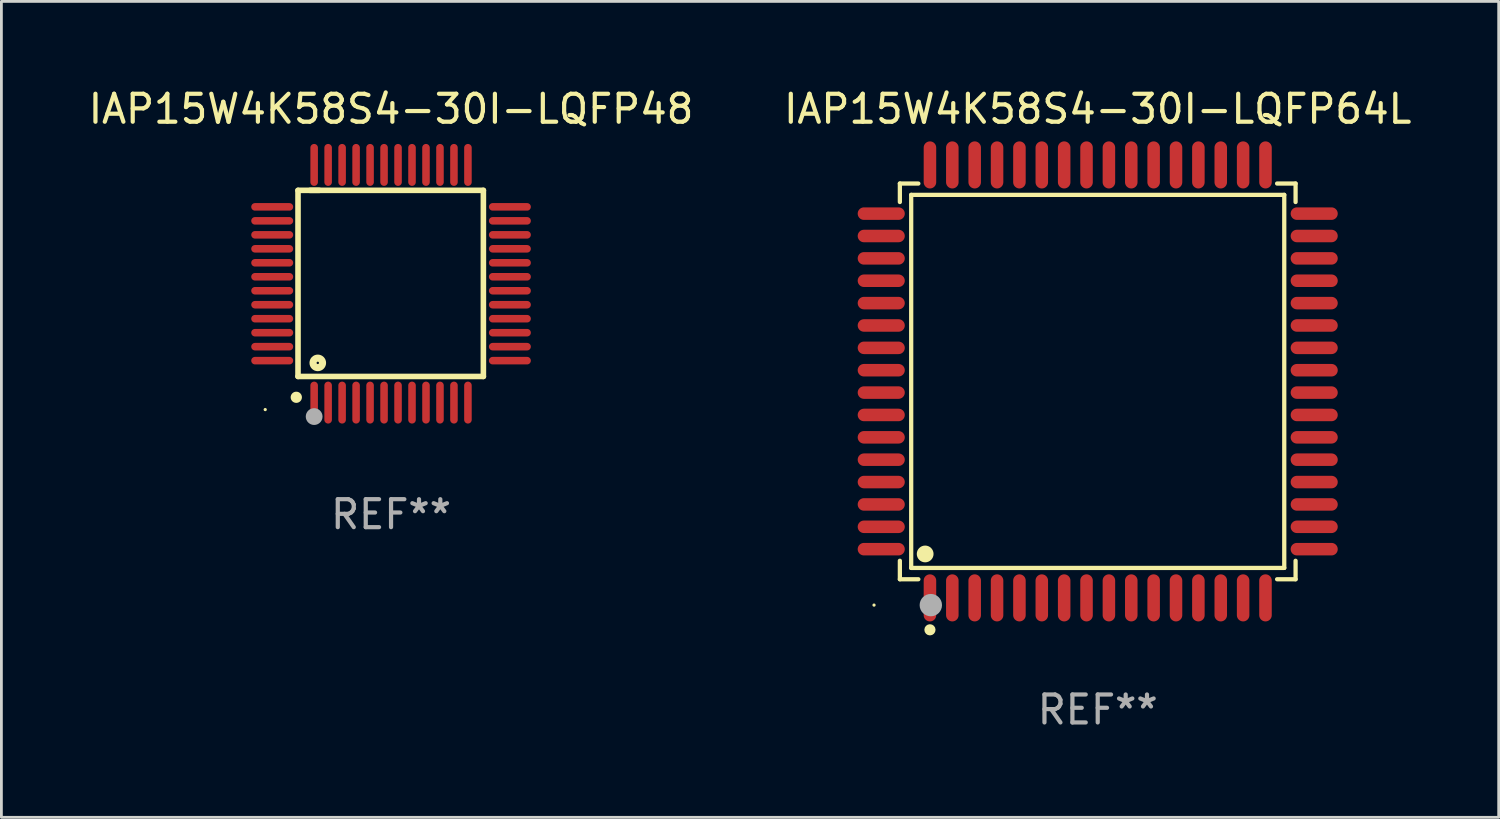
<source format=kicad_pcb>
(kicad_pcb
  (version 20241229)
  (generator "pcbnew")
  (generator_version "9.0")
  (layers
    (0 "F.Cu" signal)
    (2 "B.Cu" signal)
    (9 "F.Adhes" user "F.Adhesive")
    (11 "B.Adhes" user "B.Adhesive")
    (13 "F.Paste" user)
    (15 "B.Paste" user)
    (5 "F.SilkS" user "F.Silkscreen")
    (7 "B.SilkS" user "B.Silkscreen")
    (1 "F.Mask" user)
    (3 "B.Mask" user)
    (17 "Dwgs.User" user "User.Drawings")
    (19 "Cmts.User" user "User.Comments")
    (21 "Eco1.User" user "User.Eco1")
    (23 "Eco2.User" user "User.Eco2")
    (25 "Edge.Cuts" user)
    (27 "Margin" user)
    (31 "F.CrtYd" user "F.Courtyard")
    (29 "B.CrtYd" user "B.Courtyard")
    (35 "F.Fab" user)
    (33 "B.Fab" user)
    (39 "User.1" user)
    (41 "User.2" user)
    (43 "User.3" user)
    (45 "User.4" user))
  (footprint "IAP15W4K58S4-30I-LQFP64L"
    (layer "F.Cu")
    (at 36.208 10.59)
    (property "Reference" "IAP15W4K58S4-30I-LQFP64L" (at 0 -9.742 0) (layer "F.SilkS") (effects (font (size 1 1) (thickness 0.15))))
    (attr through_hole)
    (fp_line (start -7.076 -7.076) (end -6.415 -7.076) (stroke (width 0.152) (type solid)) (layer "F.SilkS"))
    (fp_line (start -7.076 -6.415) (end -7.076 -7.076) (stroke (width 0.152) (type solid)) (layer "F.SilkS"))
    (fp_line (start -7.076 6.415) (end -7.076 7.076) (stroke (width 0.152) (type solid)) (layer "F.SilkS"))
    (fp_line (start -7.076 7.076) (end -6.415 7.076) (stroke (width 0.152) (type solid)) (layer "F.SilkS"))
    (fp_line (start -6.671 -6.671) (end 6.671 -6.671) (stroke (width 0.152) (type solid)) (layer "F.SilkS"))
    (fp_line (start -6.671 6.671) (end -6.671 -6.671) (stroke (width 0.152) (type solid)) (layer "F.SilkS"))
    (fp_line (start 6.671 -6.671) (end 6.671 6.671) (stroke (width 0.152) (type solid)) (layer "F.SilkS"))
    (fp_line (start 6.671 6.671) (end -6.671 6.671) (stroke (width 0.152) (type solid)) (layer "F.SilkS"))
    (fp_line (start 7.076 -7.076) (end 6.415 -7.076) (stroke (width 0.152) (type solid)) (layer "F.SilkS"))
    (fp_line (start 7.076 -6.415) (end 7.076 -7.076) (stroke (width 0.152) (type solid)) (layer "F.SilkS"))
    (fp_line (start 7.076 6.415) (end 7.076 7.076) (stroke (width 0.152) (type solid)) (layer "F.SilkS"))
    (fp_line (start 7.076 7.076) (end 6.415 7.076) (stroke (width 0.152) (type solid)) (layer "F.SilkS"))
    (fp_circle (center -8 8) (end -7.97 8) (stroke (width 0.06) (type solid)) (fill no) (layer "F.SilkS"))
    (fp_circle (center -6.171 6.171) (end -6.021 6.171) (stroke (width 0.3) (type solid)) (fill no) (layer "F.SilkS"))
    (fp_circle (center -6 8.884) (end -5.9 8.884) (stroke (width 0.2) (type solid)) (fill no) (layer "F.SilkS"))
    (fp_circle (center -5.969 8.001) (end -5.769 8.001) (stroke (width 0.4) (type solid)) (fill no) (layer "F.Fab"))
    (fp_text user "REF**" (at 0 11.742 0) (layer "F.Fab") (effects (font (size 1 1) (thickness 0.15))))
    (pad "1" smd oval (at -6 7.742) (size 0.448 1.684) (layers "F.Cu" "F.Mask" "F.Paste"))
    (pad "2" smd oval (at -5.2 7.742) (size 0.448 1.684) (layers "F.Cu" "F.Mask" "F.Paste"))
    (pad "3" smd oval (at -4.4 7.742) (size 0.448 1.684) (layers "F.Cu" "F.Mask" "F.Paste"))
    (pad "4" smd oval (at -3.6 7.742) (size 0.448 1.684) (layers "F.Cu" "F.Mask" "F.Paste"))
    (pad "5" smd oval (at -2.8 7.742) (size 0.448 1.684) (layers "F.Cu" "F.Mask" "F.Paste"))
    (pad "6" smd oval (at -2 7.742) (size 0.448 1.684) (layers "F.Cu" "F.Mask" "F.Paste"))
    (pad "7" smd oval (at -1.2 7.742) (size 0.448 1.684) (layers "F.Cu" "F.Mask" "F.Paste"))
    (pad "8" smd oval (at -0.4 7.742) (size 0.448 1.684) (layers "F.Cu" "F.Mask" "F.Paste"))
    (pad "9" smd oval (at 0.4 7.742) (size 0.448 1.684) (layers "F.Cu" "F.Mask" "F.Paste"))
    (pad "10" smd oval (at 1.2 7.742) (size 0.448 1.684) (layers "F.Cu" "F.Mask" "F.Paste"))
    (pad "11" smd oval (at 2 7.742) (size 0.448 1.684) (layers "F.Cu" "F.Mask" "F.Paste"))
    (pad "12" smd oval (at 2.8 7.742) (size 0.448 1.684) (layers "F.Cu" "F.Mask" "F.Paste"))
    (pad "13" smd oval (at 3.6 7.742) (size 0.448 1.684) (layers "F.Cu" "F.Mask" "F.Paste"))
    (pad "14" smd oval (at 4.4 7.742) (size 0.448 1.684) (layers "F.Cu" "F.Mask" "F.Paste"))
    (pad "15" smd oval (at 5.2 7.742) (size 0.448 1.684) (layers "F.Cu" "F.Mask" "F.Paste"))
    (pad "16" smd oval (at 6 7.742) (size 0.448 1.684) (layers "F.Cu" "F.Mask" "F.Paste"))
    (pad "17" smd oval (at 7.742 6) (size 1.684 0.448) (layers "F.Cu" "F.Mask" "F.Paste"))
    (pad "18" smd oval (at 7.742 5.2) (size 1.684 0.448) (layers "F.Cu" "F.Mask" "F.Paste"))
    (pad "19" smd oval (at 7.742 4.4) (size 1.684 0.448) (layers "F.Cu" "F.Mask" "F.Paste"))
    (pad "20" smd oval (at 7.742 3.6) (size 1.684 0.448) (layers "F.Cu" "F.Mask" "F.Paste"))
    (pad "21" smd oval (at 7.742 2.8) (size 1.684 0.448) (layers "F.Cu" "F.Mask" "F.Paste"))
    (pad "22" smd oval (at 7.742 2) (size 1.684 0.448) (layers "F.Cu" "F.Mask" "F.Paste"))
    (pad "23" smd oval (at 7.742 1.2) (size 1.684 0.448) (layers "F.Cu" "F.Mask" "F.Paste"))
    (pad "24" smd oval (at 7.742 0.4) (size 1.684 0.448) (layers "F.Cu" "F.Mask" "F.Paste"))
    (pad "25" smd oval (at 7.742 -0.4) (size 1.684 0.448) (layers "F.Cu" "F.Mask" "F.Paste"))
    (pad "26" smd oval (at 7.742 -1.2) (size 1.684 0.448) (layers "F.Cu" "F.Mask" "F.Paste"))
    (pad "27" smd oval (at 7.742 -2) (size 1.684 0.448) (layers "F.Cu" "F.Mask" "F.Paste"))
    (pad "28" smd oval (at 7.742 -2.8) (size 1.684 0.448) (layers "F.Cu" "F.Mask" "F.Paste"))
    (pad "29" smd oval (at 7.742 -3.6) (size 1.684 0.448) (layers "F.Cu" "F.Mask" "F.Paste"))
    (pad "30" smd oval (at 7.742 -4.4) (size 1.684 0.448) (layers "F.Cu" "F.Mask" "F.Paste"))
    (pad "31" smd oval (at 7.742 -5.2) (size 1.684 0.448) (layers "F.Cu" "F.Mask" "F.Paste"))
    (pad "32" smd oval (at 7.742 -6) (size 1.684 0.448) (layers "F.Cu" "F.Mask" "F.Paste"))
    (pad "33" smd oval (at 6 -7.742) (size 0.448 1.684) (layers "F.Cu" "F.Mask" "F.Paste"))
    (pad "34" smd oval (at 5.2 -7.742) (size 0.448 1.684) (layers "F.Cu" "F.Mask" "F.Paste"))
    (pad "35" smd oval (at 4.4 -7.742) (size 0.448 1.684) (layers "F.Cu" "F.Mask" "F.Paste"))
    (pad "36" smd oval (at 3.6 -7.742) (size 0.448 1.684) (layers "F.Cu" "F.Mask" "F.Paste"))
    (pad "37" smd oval (at 2.8 -7.742) (size 0.448 1.684) (layers "F.Cu" "F.Mask" "F.Paste"))
    (pad "38" smd oval (at 2 -7.742) (size 0.448 1.684) (layers "F.Cu" "F.Mask" "F.Paste"))
    (pad "39" smd oval (at 1.2 -7.742) (size 0.448 1.684) (layers "F.Cu" "F.Mask" "F.Paste"))
    (pad "40" smd oval (at 0.4 -7.742) (size 0.448 1.684) (layers "F.Cu" "F.Mask" "F.Paste"))
    (pad "41" smd oval (at -0.4 -7.742) (size 0.448 1.684) (layers "F.Cu" "F.Mask" "F.Paste"))
    (pad "42" smd oval (at -1.2 -7.742) (size 0.448 1.684) (layers "F.Cu" "F.Mask" "F.Paste"))
    (pad "43" smd oval (at -2 -7.742) (size 0.448 1.684) (layers "F.Cu" "F.Mask" "F.Paste"))
    (pad "44" smd oval (at -2.8 -7.742) (size 0.448 1.684) (layers "F.Cu" "F.Mask" "F.Paste"))
    (pad "45" smd oval (at -3.6 -7.742) (size 0.448 1.684) (layers "F.Cu" "F.Mask" "F.Paste"))
    (pad "46" smd oval (at -4.4 -7.742) (size 0.448 1.684) (layers "F.Cu" "F.Mask" "F.Paste"))
    (pad "47" smd oval (at -5.2 -7.742) (size 0.448 1.684) (layers "F.Cu" "F.Mask" "F.Paste"))
    (pad "48" smd oval (at -6 -7.742) (size 0.448 1.684) (layers "F.Cu" "F.Mask" "F.Paste"))
    (pad "49" smd oval (at -7.742 -6) (size 1.684 0.448) (layers "F.Cu" "F.Mask" "F.Paste"))
    (pad "50" smd oval (at -7.742 -5.2) (size 1.684 0.448) (layers "F.Cu" "F.Mask" "F.Paste"))
    (pad "51" smd oval (at -7.742 -4.4) (size 1.684 0.448) (layers "F.Cu" "F.Mask" "F.Paste"))
    (pad "52" smd oval (at -7.742 -3.6) (size 1.684 0.448) (layers "F.Cu" "F.Mask" "F.Paste"))
    (pad "53" smd oval (at -7.742 -2.8) (size 1.684 0.448) (layers "F.Cu" "F.Mask" "F.Paste"))
    (pad "54" smd oval (at -7.742 -2) (size 1.684 0.448) (layers "F.Cu" "F.Mask" "F.Paste"))
    (pad "55" smd oval (at -7.742 -1.2) (size 1.684 0.448) (layers "F.Cu" "F.Mask" "F.Paste"))
    (pad "56" smd oval (at -7.742 -0.4) (size 1.684 0.448) (layers "F.Cu" "F.Mask" "F.Paste"))
    (pad "57" smd oval (at -7.742 0.4) (size 1.684 0.448) (layers "F.Cu" "F.Mask" "F.Paste"))
    (pad "58" smd oval (at -7.742 1.2) (size 1.684 0.448) (layers "F.Cu" "F.Mask" "F.Paste"))
    (pad "59" smd oval (at -7.742 2) (size 1.684 0.448) (layers "F.Cu" "F.Mask" "F.Paste"))
    (pad "60" smd oval (at -7.742 2.8) (size 1.684 0.448) (layers "F.Cu" "F.Mask" "F.Paste"))
    (pad "61" smd oval (at -7.742 3.6) (size 1.684 0.448) (layers "F.Cu" "F.Mask" "F.Paste"))
    (pad "62" smd oval (at -7.742 4.4) (size 1.684 0.448) (layers "F.Cu" "F.Mask" "F.Paste"))
    (pad "63" smd oval (at -7.742 5.2) (size 1.684 0.448) (layers "F.Cu" "F.Mask" "F.Paste"))
    (pad "64" smd oval (at -7.742 6) (size 1.684 0.448) (layers "F.Cu" "F.Mask" "F.Paste")))
  (footprint "IAP15W4K58S4-30I-LQFP48"
    (layer "F.Cu")
    (at 10.935 7.098)
    (property "Reference" "IAP15W4K58S4-30I-LQFP48" (at 0 -6.25 0) (layer "F.SilkS") (effects (font (size 1 1) (thickness 0.15))))
    (attr through_hole)
    (fp_line (start -3.327 -3.34) (end -2.565 -3.34) (stroke (width 0.2) (type solid)) (layer "F.SilkS"))
    (fp_line (start -3.327 3.315) (end -3.327 -3.34) (stroke (width 0.2) (type solid)) (layer "F.SilkS"))
    (fp_line (start -2.896 -3.34) (end 3.302 -3.34) (stroke (width 0.2) (type solid)) (layer "F.SilkS"))
    (fp_line (start 3.302 -3.34) (end 3.302 3.315) (stroke (width 0.2) (type solid)) (layer "F.SilkS"))
    (fp_line (start 3.302 3.315) (end -3.327 3.315) (stroke (width 0.2) (type solid)) (layer "F.SilkS"))
    (fp_arc (start -3.389992 4.059995) (mid -3.388722 4.059991) (end -3.387452 4.059995) (stroke (width 0.4) (type solid)) (layer "F.SilkS"))
    (fp_circle (center -4.5 4.5) (end -4.47 4.5) (stroke (width 0.06) (type solid)) (fill no) (layer "F.SilkS"))
    (fp_circle (center -2.62 2.83) (end -2.45 2.83) (stroke (width 0.254) (type solid)) (fill no) (layer "F.SilkS"))
    (fp_circle (center -2.75 4.75) (end -2.6 4.75) (stroke (width 0.3) (type solid)) (fill no) (layer "F.Fab"))
    (fp_text user "REF**" (at 0 8.25 0) (layer "F.Fab") (effects (font (size 1 1) (thickness 0.15))))
    (pad "1" smd oval (at -2.75 4.25) (size 0.27 1.5) (layers "F.Cu" "F.Mask" "F.Paste"))
    (pad "2" smd oval (at -2.25 4.25) (size 0.27 1.5) (layers "F.Cu" "F.Mask" "F.Paste"))
    (pad "3" smd oval (at -1.75 4.25) (size 0.27 1.5) (layers "F.Cu" "F.Mask" "F.Paste"))
    (pad "4" smd oval (at -1.25 4.25) (size 0.27 1.5) (layers "F.Cu" "F.Mask" "F.Paste"))
    (pad "5" smd oval (at -0.75 4.25) (size 0.27 1.5) (layers "F.Cu" "F.Mask" "F.Paste"))
    (pad "6" smd oval (at -0.25 4.25) (size 0.27 1.5) (layers "F.Cu" "F.Mask" "F.Paste"))
    (pad "7" smd oval (at 0.25 4.25) (size 0.27 1.5) (layers "F.Cu" "F.Mask" "F.Paste"))
    (pad "8" smd oval (at 0.75 4.25) (size 0.27 1.5) (layers "F.Cu" "F.Mask" "F.Paste"))
    (pad "9" smd oval (at 1.25 4.25) (size 0.27 1.5) (layers "F.Cu" "F.Mask" "F.Paste"))
    (pad "10" smd oval (at 1.75 4.25) (size 0.27 1.5) (layers "F.Cu" "F.Mask" "F.Paste"))
    (pad "11" smd oval (at 2.25 4.25) (size 0.27 1.5) (layers "F.Cu" "F.Mask" "F.Paste"))
    (pad "12" smd oval (at 2.75 4.25) (size 0.27 1.5) (layers "F.Cu" "F.Mask" "F.Paste"))
    (pad "13" smd oval (at 4.25 2.75) (size 1.5 0.27) (layers "F.Cu" "F.Mask" "F.Paste"))
    (pad "14" smd oval (at 4.25 2.25) (size 1.5 0.27) (layers "F.Cu" "F.Mask" "F.Paste"))
    (pad "15" smd oval (at 4.25 1.75) (size 1.5 0.27) (layers "F.Cu" "F.Mask" "F.Paste"))
    (pad "16" smd oval (at 4.25 1.25) (size 1.5 0.27) (layers "F.Cu" "F.Mask" "F.Paste"))
    (pad "17" smd oval (at 4.25 0.75) (size 1.5 0.27) (layers "F.Cu" "F.Mask" "F.Paste"))
    (pad "18" smd oval (at 4.25 0.25) (size 1.5 0.27) (layers "F.Cu" "F.Mask" "F.Paste"))
    (pad "19" smd oval (at 4.25 -0.25) (size 1.5 0.27) (layers "F.Cu" "F.Mask" "F.Paste"))
    (pad "20" smd oval (at 4.25 -0.75) (size 1.5 0.27) (layers "F.Cu" "F.Mask" "F.Paste"))
    (pad "21" smd oval (at 4.25 -1.25) (size 1.5 0.27) (layers "F.Cu" "F.Mask" "F.Paste"))
    (pad "22" smd oval (at 4.25 -1.75) (size 1.5 0.27) (layers "F.Cu" "F.Mask" "F.Paste"))
    (pad "23" smd oval (at 4.25 -2.25) (size 1.5 0.27) (layers "F.Cu" "F.Mask" "F.Paste"))
    (pad "24" smd oval (at 4.25 -2.75) (size 1.5 0.27) (layers "F.Cu" "F.Mask" "F.Paste"))
    (pad "25" smd oval (at 2.75 -4.25) (size 0.27 1.5) (layers "F.Cu" "F.Mask" "F.Paste"))
    (pad "26" smd oval (at 2.25 -4.25) (size 0.27 1.5) (layers "F.Cu" "F.Mask" "F.Paste"))
    (pad "27" smd oval (at 1.75 -4.25) (size 0.27 1.5) (layers "F.Cu" "F.Mask" "F.Paste"))
    (pad "28" smd oval (at 1.25 -4.25) (size 0.27 1.5) (layers "F.Cu" "F.Mask" "F.Paste"))
    (pad "29" smd oval (at 0.75 -4.25) (size 0.27 1.5) (layers "F.Cu" "F.Mask" "F.Paste"))
    (pad "30" smd oval (at 0.25 -4.25) (size 0.27 1.5) (layers "F.Cu" "F.Mask" "F.Paste"))
    (pad "31" smd oval (at -0.25 -4.25) (size 0.27 1.5) (layers "F.Cu" "F.Mask" "F.Paste"))
    (pad "32" smd oval (at -0.75 -4.25) (size 0.27 1.5) (layers "F.Cu" "F.Mask" "F.Paste"))
    (pad "33" smd oval (at -1.25 -4.25) (size 0.27 1.5) (layers "F.Cu" "F.Mask" "F.Paste"))
    (pad "34" smd oval (at -1.75 -4.25) (size 0.27 1.5) (layers "F.Cu" "F.Mask" "F.Paste"))
    (pad "35" smd oval (at -2.25 -4.25) (size 0.27 1.5) (layers "F.Cu" "F.Mask" "F.Paste"))
    (pad "36" smd oval (at -2.75 -4.25) (size 0.27 1.5) (layers "F.Cu" "F.Mask" "F.Paste"))
    (pad "37" smd oval (at -4.25 -2.75) (size 1.5 0.27) (layers "F.Cu" "F.Mask" "F.Paste"))
    (pad "38" smd oval (at -4.25 -2.25) (size 1.5 0.27) (layers "F.Cu" "F.Mask" "F.Paste"))
    (pad "39" smd oval (at -4.25 -1.75) (size 1.5 0.27) (layers "F.Cu" "F.Mask" "F.Paste"))
    (pad "40" smd oval (at -4.25 -1.25) (size 1.5 0.27) (layers "F.Cu" "F.Mask" "F.Paste"))
    (pad "41" smd oval (at -4.25 -0.75) (size 1.5 0.27) (layers "F.Cu" "F.Mask" "F.Paste"))
    (pad "42" smd oval (at -4.25 -0.25) (size 1.5 0.27) (layers "F.Cu" "F.Mask" "F.Paste"))
    (pad "43" smd oval (at -4.25 0.25) (size 1.5 0.27) (layers "F.Cu" "F.Mask" "F.Paste"))
    (pad "44" smd oval (at -4.25 0.75) (size 1.5 0.27) (layers "F.Cu" "F.Mask" "F.Paste"))
    (pad "45" smd oval (at -4.25 1.25) (size 1.5 0.27) (layers "F.Cu" "F.Mask" "F.Paste"))
    (pad "46" smd oval (at -4.25 1.75) (size 1.5 0.27) (layers "F.Cu" "F.Mask" "F.Paste"))
    (pad "47" smd oval (at -4.25 2.25) (size 1.5 0.27) (layers "F.Cu" "F.Mask" "F.Paste"))
    (pad "48" smd oval (at -4.25 2.75) (size 1.5 0.27) (layers "F.Cu" "F.Mask" "F.Paste")))
  (gr_rect
    (start -3 -3)
    (end 50.548 26.18)
    (stroke (width 0.1) (type default))
    (fill no)
    (layer "Edge.Cuts")))
</source>
